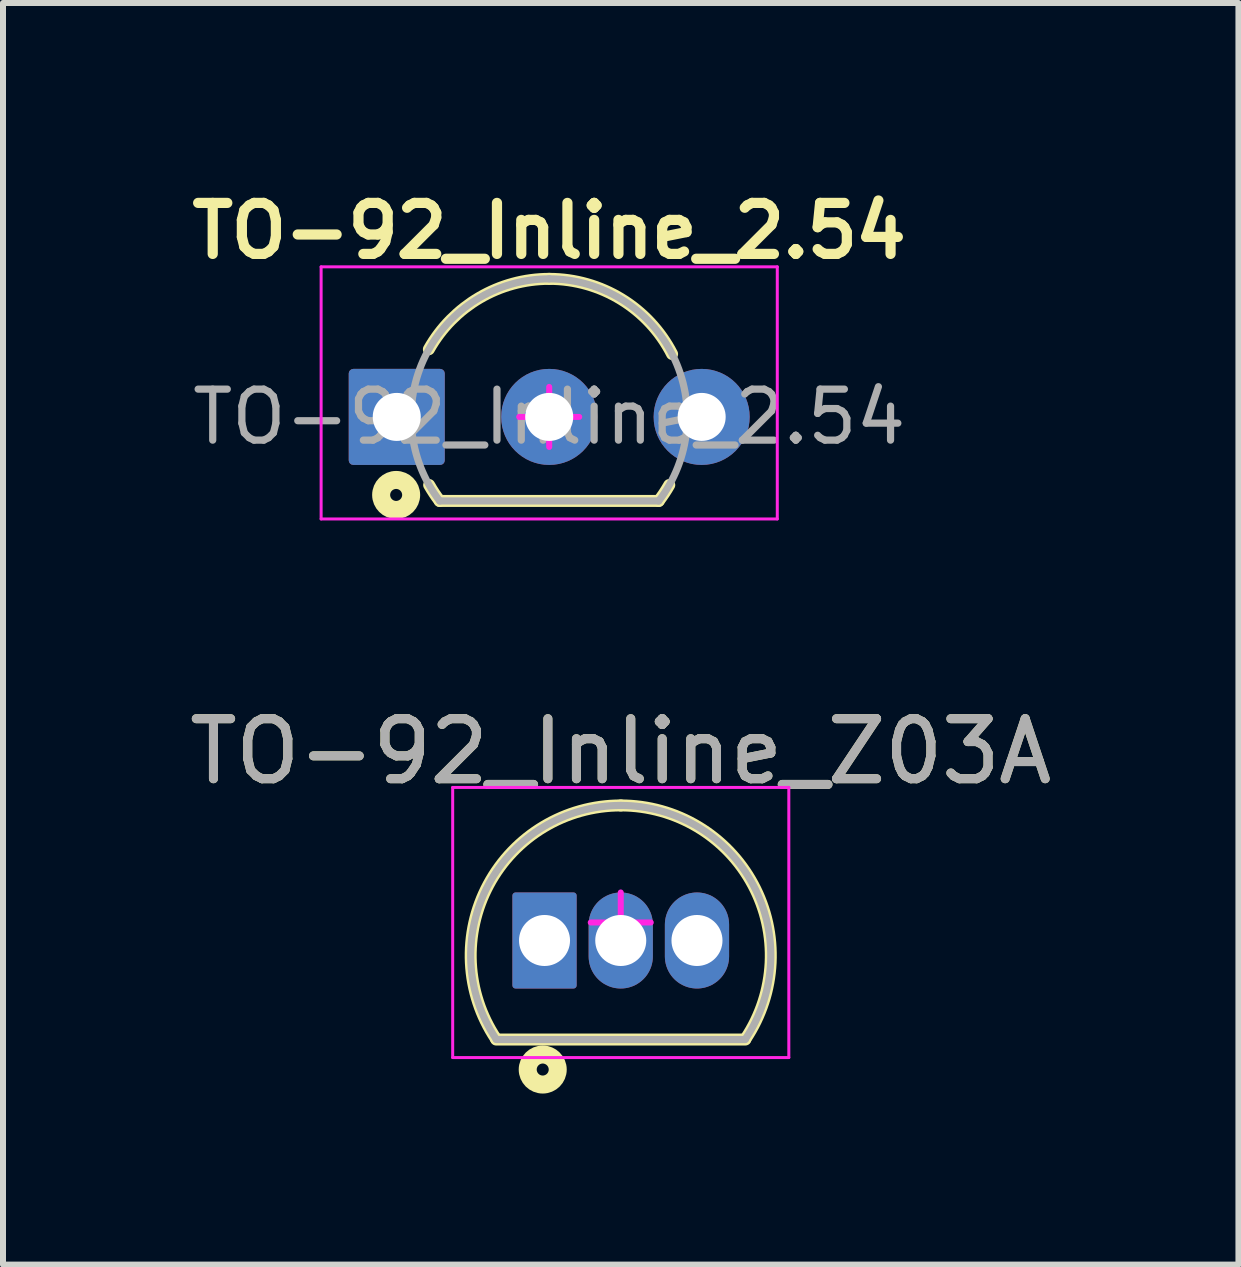
<source format=kicad_pcb>
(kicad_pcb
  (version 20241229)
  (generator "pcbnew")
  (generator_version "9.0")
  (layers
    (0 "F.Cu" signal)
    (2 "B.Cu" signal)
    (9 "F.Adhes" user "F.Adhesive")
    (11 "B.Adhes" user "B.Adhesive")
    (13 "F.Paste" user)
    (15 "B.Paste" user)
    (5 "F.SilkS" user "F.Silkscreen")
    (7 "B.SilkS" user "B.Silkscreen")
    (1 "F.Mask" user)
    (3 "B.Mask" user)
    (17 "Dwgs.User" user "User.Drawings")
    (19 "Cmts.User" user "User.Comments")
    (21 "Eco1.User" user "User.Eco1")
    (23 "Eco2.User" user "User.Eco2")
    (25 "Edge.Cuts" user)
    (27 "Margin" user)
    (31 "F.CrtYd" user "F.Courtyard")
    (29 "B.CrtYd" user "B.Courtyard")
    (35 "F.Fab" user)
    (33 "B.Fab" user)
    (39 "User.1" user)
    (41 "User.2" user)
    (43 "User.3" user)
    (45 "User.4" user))
  (footprint "TO-92_Inline_Z03A"
    (layer "F.Cu")
    (at 7.292 12.319)
    (property "Reference" "TO-92_Inline_Z03A" (at 0 -2.85 0) (layer "F.SilkS") (effects (font (size 1 1) (thickness 0.15))))
    (attr through_hole)
    (fp_line (start -2.075 1.95) (end 2.075 1.95) (stroke (width 0.2) (type solid)) (layer "F.SilkS"))
    (fp_arc (start -2.079885 1.937111) (mid -2.204289 -0.629454) (end 0 -1.95) (stroke (width 0.2) (type solid)) (layer "F.SilkS"))
    (fp_arc (start 0 -1.95) (mid 2.204289 -0.629454) (end 2.079885 1.937111) (stroke (width 0.2) (type solid)) (layer "F.SilkS"))
    (fp_circle (center -1.3 2.45) (end -1.2 2.45) (stroke (width 0.3) (type solid)) (fill no) (layer "F.SilkS"))
    (fp_line (start -2.8 -2.25) (end 2.8 -2.25) (stroke (width 0.05) (type solid)) (layer "F.CrtYd"))
    (fp_line (start -2.8 2.25) (end -2.8 -2.25) (stroke (width 0.05) (type solid)) (layer "F.CrtYd"))
    (fp_line (start -0.5 0) (end 0.5 0) (stroke (width 0.1) (type solid)) (layer "F.CrtYd"))
    (fp_line (start 0 -0.5) (end 0 0.5) (stroke (width 0.1) (type solid)) (layer "F.CrtYd"))
    (fp_line (start 2.8 -2.25) (end 2.8 2.25) (stroke (width 0.05) (type solid)) (layer "F.CrtYd"))
    (fp_line (start 2.8 2.25) (end -2.8 2.25) (stroke (width 0.05) (type solid)) (layer "F.CrtYd"))
    (fp_line (start -2.075 1.95) (end 2.075 1.95) (stroke (width 0.12) (type solid)) (layer "F.Fab"))
    (fp_arc (start -2.079885 1.937111) (mid -2.204289 -0.629454) (end 0 -1.95) (stroke (width 0.12) (type solid)) (layer "F.Fab"))
    (fp_arc (start 0 -1.95) (mid 2.204289 -0.629454) (end 2.079885 1.937111) (stroke (width 0.12) (type solid)) (layer "F.Fab"))
    (fp_text user "${REFERENCE}" (at 0 -2.85 0) (layer "F.Fab") (effects (font (size 1 1) (thickness 0.15))))
    (pad "1" thru_hole roundrect (at -1.27 0.3) (size 1.07 1.6) (drill 0.85) (layers "*.Cu" "*.Mask") (roundrect_rratio 0.048))
    (pad "2" thru_hole oval (at 0 0.3) (size 1.07 1.6) (drill 0.85) (layers "*.Cu" "*.Mask"))
    (pad "3" thru_hole oval (at 1.27 0.3) (size 1.07 1.6) (drill 0.85) (layers "*.Cu" "*.Mask")))
  (footprint "TO-92_Inline_2.54"
    (layer "F.Cu")
    (at 6.1 3.896)
    (property "Reference" "TO-92_Inline_2.54" (at 0 -3.1 0) (layer "F.SilkS") (effects (font (size 0.85 0.85) (thickness 0.17))))
    (attr through_hole)
    (fp_line (start -1.825 1.4) (end 1.825 1.4) (stroke (width 0.2) (type solid)) (layer "F.SilkS"))
    (fp_arc (start -2.004624 -1.127601) (mid -1.161146 -1.985382) (end 0 -2.3) (stroke (width 0.2) (type solid)) (layer "F.SilkS"))
    (fp_arc (start -1.824586 1.399682) (mid -1.916867 1.270372) (end -2 1.135) (stroke (width 0.2) (type solid)) (layer "F.SilkS"))
    (fp_arc (start 0 -2.3) (mid 1.19967 -1.962343) (end 2.0471 -1.048515) (stroke (width 0.2) (type solid)) (layer "F.SilkS"))
    (fp_arc (start 2 1.135) (mid 1.916867 1.270372) (end 1.824586 1.399682) (stroke (width 0.2) (type solid)) (layer "F.SilkS"))
    (fp_circle (center -2.55 1.3) (end -2.45 1.3) (stroke (width 0.3) (type solid)) (fill no) (layer "F.SilkS"))
    (fp_line (start -3.8 -2.5) (end 3.8 -2.5) (stroke (width 0.05) (type solid)) (layer "F.CrtYd"))
    (fp_line (start -3.8 1.7) (end -3.8 -2.5) (stroke (width 0.05) (type solid)) (layer "F.CrtYd"))
    (fp_line (start -0.5 0) (end 0.5 0) (stroke (width 0.1) (type solid)) (layer "F.CrtYd"))
    (fp_line (start 0 -0.5) (end 0 0.5) (stroke (width 0.1) (type solid)) (layer "F.CrtYd"))
    (fp_line (start 3.8 -2.5) (end 3.8 1.7) (stroke (width 0.05) (type solid)) (layer "F.CrtYd"))
    (fp_line (start 3.8 1.7) (end -3.8 1.7) (stroke (width 0.05) (type solid)) (layer "F.CrtYd"))
    (fp_line (start -1.825 1.4) (end 1.825 1.4) (stroke (width 0.12) (type solid)) (layer "F.Fab"))
    (fp_arc (start -1.824713 1.400151) (mid -2.062807 -1.017264) (end 0 -2.3) (stroke (width 0.12) (type solid)) (layer "F.Fab"))
    (fp_arc (start 0 -2.3) (mid 2.062807 -1.017264) (end 1.824713 1.400151) (stroke (width 0.12) (type solid)) (layer "F.Fab"))
    (fp_text user "${REFERENCE}" (at 0 0 0) (layer "F.Fab") (effects (font (size 0.85 0.85) (thickness 0.12))))
    (pad "1" thru_hole roundrect (at -2.54 0) (size 1.6 1.6) (drill 0.8) (layers "*.Cu" "*.Mask") (roundrect_rratio 0.048))
    (pad "2" thru_hole oval (at 0 0) (size 1.6 1.6) (drill 0.8) (layers "*.Cu" "*.Mask"))
    (pad "3" thru_hole oval (at 2.54 0) (size 1.6 1.6) (drill 0.8) (layers "*.Cu" "*.Mask")))
  (gr_rect
    (start -3 -3)
    (end 17.583 18.019)
    (stroke (width 0.1) (type default))
    (fill no)
    (layer "Edge.Cuts")))
</source>
